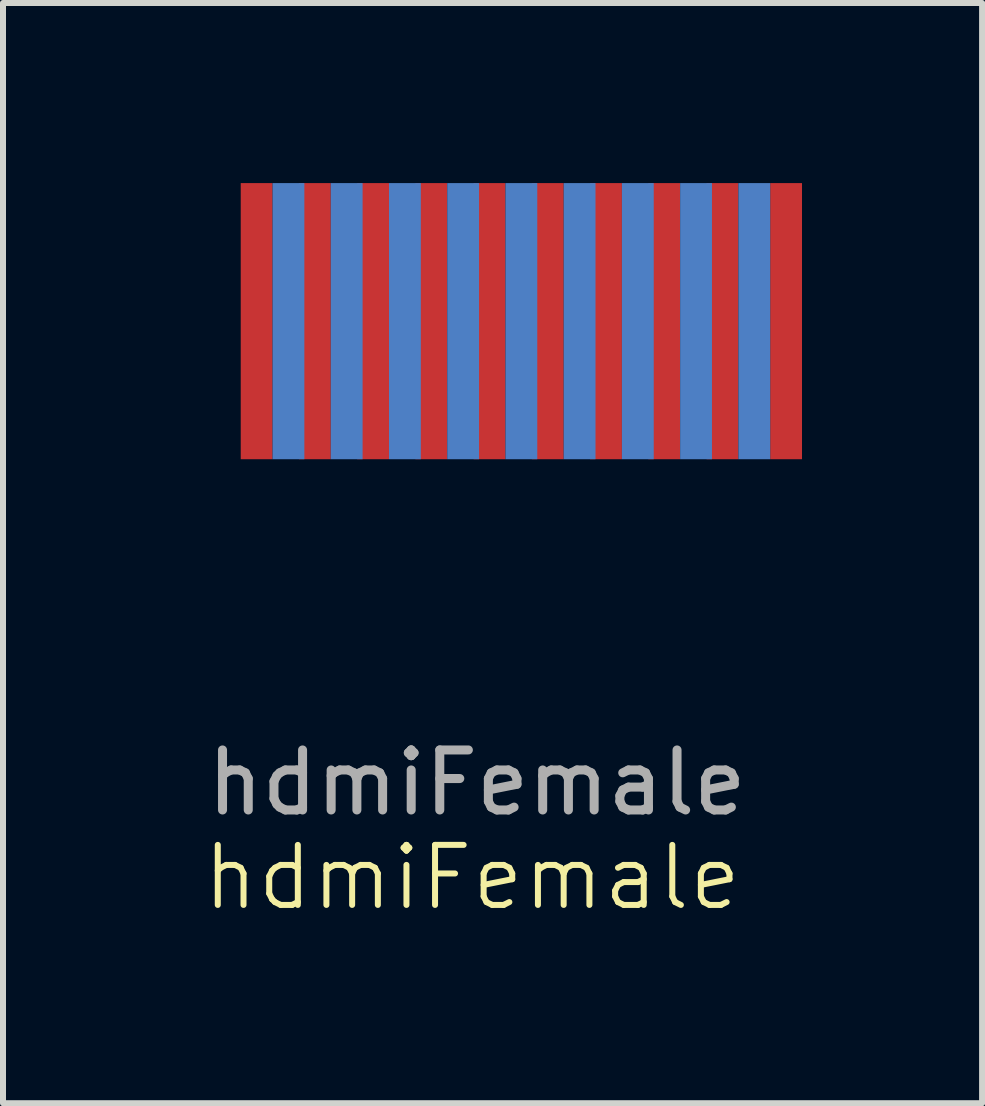
<source format=kicad_pcb>
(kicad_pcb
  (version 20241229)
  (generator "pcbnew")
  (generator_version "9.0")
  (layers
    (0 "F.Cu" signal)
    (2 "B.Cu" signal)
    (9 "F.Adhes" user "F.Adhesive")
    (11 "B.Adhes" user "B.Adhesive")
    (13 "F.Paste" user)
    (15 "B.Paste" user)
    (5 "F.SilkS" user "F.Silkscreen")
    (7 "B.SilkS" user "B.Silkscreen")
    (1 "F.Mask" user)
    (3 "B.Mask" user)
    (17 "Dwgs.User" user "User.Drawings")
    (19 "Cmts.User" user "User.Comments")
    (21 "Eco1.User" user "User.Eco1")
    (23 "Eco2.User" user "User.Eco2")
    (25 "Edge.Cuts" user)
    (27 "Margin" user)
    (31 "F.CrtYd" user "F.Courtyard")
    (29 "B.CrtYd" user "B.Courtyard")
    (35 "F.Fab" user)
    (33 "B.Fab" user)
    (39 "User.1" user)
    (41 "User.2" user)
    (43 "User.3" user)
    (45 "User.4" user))
  (footprint "hdmiFemale"
    (layer "F.Cu")
    (at 0.25 2.3)
    (property "Reference" "hdmiFemale" (at 4.566 9.267 0) (unlocked yes) (layer "F.SilkS") (effects (font (size 1 1) (thickness 0.1))))
    (attr smd)
    (fp_text user "hdmiFemale" (at 4.645 7.688 0) (unlocked yes) (layer "F.Fab") (effects (font (size 1 1) (thickness 0.15))))
    (pad "1 TMDS Channel 2+" smd rect (at 0.975 0) (size 0.53 4.6) (layers "F.Cu" "F.Mask" "F.Paste"))
    (pad "2 TMDS Channel 2 GND" smd rect (at 1.505 0) (size 0.53 4.6) (layers "B.Cu" "B.Mask" "B.Paste"))
    (pad "3 TMDS Channel 2-" smd rect (at 1.945 0) (size 0.53 4.6) (layers "F.Cu" "F.Mask" "F.Paste"))
    (pad "4 TMDS Channel 1+" smd rect (at 2.475 0) (size 0.53 4.6) (layers "B.Cu" "B.Mask" "B.Paste"))
    (pad "5 TMDS Channel 1 GND" smd rect (at 2.915 0) (size 0.53 4.6) (layers "F.Cu" "F.Mask" "F.Paste"))
    (pad "6 TMDS Channel 1 -" smd rect (at 3.445 0) (size 0.53 4.6) (layers "B.Cu" "B.Mask" "B.Paste"))
    (pad "7 TMDS Channel 0+" smd rect (at 3.885 0) (size 0.53 4.6) (layers "F.Cu" "F.Mask" "F.Paste"))
    (pad "8 TMDS Channel 0 GND" smd rect (at 4.415 0) (size 0.53 4.6) (layers "B.Cu" "B.Mask" "B.Paste"))
    (pad "9 TMDS Channel 0-" smd rect (at 4.855 0) (size 0.53 4.6) (layers "F.Cu" "F.Mask" "F.Paste"))
    (pad "10 TMDS CLK+" smd rect (at 5.385 0) (size 0.53 4.6) (layers "B.Cu" "B.Mask" "B.Paste"))
    (pad "11 TMDS CLK GND" smd rect (at 5.825 0) (size 0.53 4.6) (layers "F.Cu" "F.Mask" "F.Paste"))
    (pad "12 TMDS CLK-" smd rect (at 6.355 0) (size 0.53 4.6) (layers "B.Cu" "B.Mask" "B.Paste"))
    (pad "13 CEC" smd rect (at 6.795 0) (size 0.53 4.6) (layers "F.Cu" "F.Mask" "F.Paste"))
    (pad "14 HEAC-" smd rect (at 7.325 0) (size 0.53 4.6) (layers "B.Cu" "B.Mask" "B.Paste"))
    (pad "15 DDC" smd rect (at 7.765 0) (size 0.53 4.6) (layers "F.Cu" "F.Mask" "F.Paste"))
    (pad "16 DDC" smd rect (at 8.295 0) (size 0.53 4.6) (layers "B.Cu" "B.Mask" "B.Paste"))
    (pad "17 DDC/CEC GND" smd rect (at 8.735 0) (size 0.53 4.6) (layers "F.Cu" "F.Mask" "F.Paste"))
    (pad "18 +5V PWR" smd rect (at 9.265 0) (size 0.53 4.6) (layers "B.Cu" "B.Mask" "B.Paste"))
    (pad "19 HEAC+" smd rect (at 9.795 0) (size 0.53 4.6) (layers "F.Cu" "F.Mask" "F.Paste")))
  (gr_rect
    (start -3 -3)
    (end 13.31 15.327)
    (stroke (width 0.1) (type default))
    (fill no)
    (layer "Edge.Cuts")))
</source>
